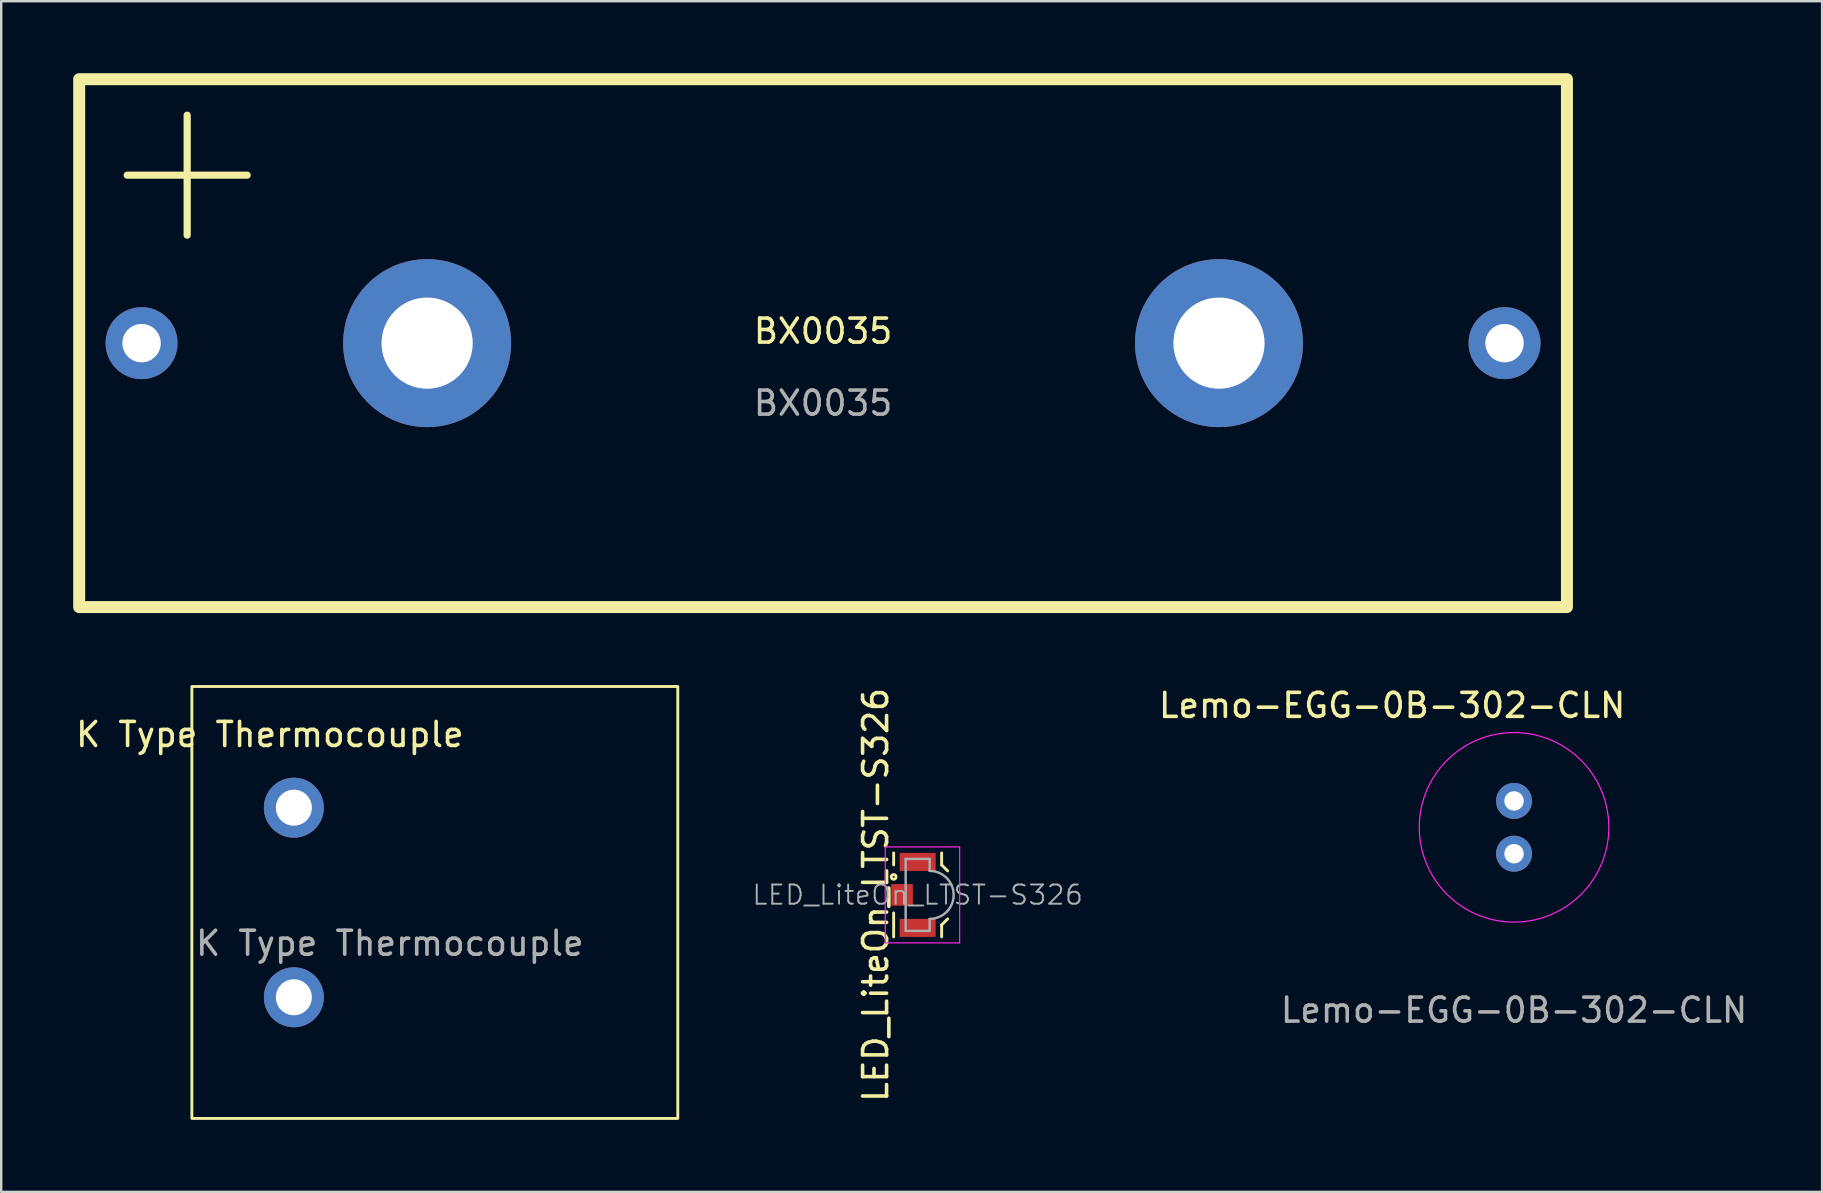
<source format=kicad_pcb>
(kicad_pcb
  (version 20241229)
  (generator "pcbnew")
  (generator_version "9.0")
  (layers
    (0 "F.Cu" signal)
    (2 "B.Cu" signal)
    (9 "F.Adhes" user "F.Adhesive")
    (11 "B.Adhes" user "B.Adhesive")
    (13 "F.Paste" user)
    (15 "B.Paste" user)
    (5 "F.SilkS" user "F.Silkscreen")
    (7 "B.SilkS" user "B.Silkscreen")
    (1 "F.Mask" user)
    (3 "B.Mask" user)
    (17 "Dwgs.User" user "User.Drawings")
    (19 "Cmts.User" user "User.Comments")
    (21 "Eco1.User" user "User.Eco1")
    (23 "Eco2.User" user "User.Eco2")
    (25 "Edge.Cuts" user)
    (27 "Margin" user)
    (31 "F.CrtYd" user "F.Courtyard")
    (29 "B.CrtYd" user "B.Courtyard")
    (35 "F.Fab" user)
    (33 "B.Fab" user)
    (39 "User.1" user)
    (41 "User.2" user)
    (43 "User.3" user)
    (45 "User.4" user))
  (footprint "K Type Thermocouple"
    (layer "F.Cu")
    (at 9.196 34.56)
    (property "Reference" "K Type Thermocouple" (at -1 -7 0) (unlocked yes) (layer "F.SilkS") (effects (font (size 1 1) (thickness 0.15))))
    (attr through_hole)
    (fp_rect (start -4.25 -9) (end 16 9) (stroke (width 0.12) (type solid)) (fill no) (layer "F.SilkS"))
    (fp_text user "${REFERENCE}" (at 4 1.7 0) (unlocked yes) (layer "F.Fab") (effects (font (size 1 1) (thickness 0.15))))
    (pad "1" thru_hole circle (at 0 -3.95) (size 2.5 2.5) (drill 1.5) (layers "*.Cu" "*.Mask"))
    (pad "2" thru_hole circle (at 0 3.95) (size 2.5 2.5) (drill 1.5) (layers "*.Cu" "*.Mask")))
  (footprint "BX0035"
    (layer "F.Cu")
    (at 31.25 11.25)
    (property "Reference" "BX0035" (at 0 -0.5 0) (unlocked yes) (layer "F.SilkS") (effects (font (size 1 1) (thickness 0.15))))
    (attr through_hole)
    (fp_line (start -29 -7) (end -24 -7) (stroke (width 0.3) (type solid)) (layer "F.SilkS"))
    (fp_line (start -26.5 -9.5) (end -26.5 -4.5) (stroke (width 0.3) (type solid)) (layer "F.SilkS"))
    (fp_rect (start -31 -11) (end 31 11) (stroke (width 0.5) (type solid)) (fill no) (layer "F.SilkS"))
    (fp_text user "${REFERENCE}" (at 0 2.5 0) (unlocked yes) (layer "F.Fab") (effects (font (size 1 1) (thickness 0.15))))
    (pad "" np_thru_hole circle (at -16.5 0) (size 7 7) (drill 3.8) (layers "*.Cu" "*.Mask"))
    (pad "" np_thru_hole circle (at 16.5 0) (size 7 7) (drill 3.8) (layers "*.Cu" "*.Mask"))
    (pad "1" thru_hole circle (at -28.4 0) (size 3 3) (drill 1.6) (layers "*.Cu" "*.Mask"))
    (pad "2" thru_hole circle (at 28.4 0) (size 3 3) (drill 1.6) (layers "*.Cu" "*.Mask")))
  (footprint "LED_LiteOn_LTST-S326"
    (layer "F.Cu")
    (at 35.192 34.244)
    (property "Reference" "LED_LiteOn_LTST-S326" (at -1.75 0 90) (layer "F.SilkS") (effects (font (size 1 1) (thickness 0.15))))
    (attr smd)
    (fp_line (start -1 -1.75) (end -1 -1.25) (stroke (width 0.12) (type solid)) (layer "F.SilkS"))
    (fp_line (start -1 1.75) (end -1 0.75) (stroke (width 0.12) (type solid)) (layer "F.SilkS"))
    (fp_line (start 1 -1.75) (end 1 -1.25) (stroke (width 0.12) (type solid)) (layer "F.SilkS"))
    (fp_line (start 1 -1.25) (end 1.25 -1) (stroke (width 0.12) (type solid)) (layer "F.SilkS"))
    (fp_line (start 1 1.25) (end 1 1.75) (stroke (width 0.12) (type solid)) (layer "F.SilkS"))
    (fp_line (start 1 1.25) (end 1.25 1) (stroke (width 0.12) (type solid)) (layer "F.SilkS"))
    (fp_circle (center -1 -0.75) (end -0.9 -0.75) (stroke (width 0.12) (type solid)) (fill no) (layer "F.SilkS"))
    (fp_line (start -1.35 -2) (end 1.75 -2) (stroke (width 0.05) (type solid)) (layer "F.CrtYd"))
    (fp_line (start -1.35 2) (end -1.35 -2) (stroke (width 0.05) (type solid)) (layer "F.CrtYd"))
    (fp_line (start 1.75 -2) (end 1.75 2) (stroke (width 0.05) (type solid)) (layer "F.CrtYd"))
    (fp_line (start 1.75 2) (end -1.35 2) (stroke (width 0.05) (type solid)) (layer "F.CrtYd"))
    (fp_line (start -0.5 -1.5) (end -0.5 1.5) (stroke (width 0.1) (type solid)) (layer "F.Fab"))
    (fp_line (start -0.5 -1.5) (end 0.5 -1.5) (stroke (width 0.1) (type solid)) (layer "F.Fab"))
    (fp_line (start 0.5 -1.5) (end 0.5 -1) (stroke (width 0.1) (type solid)) (layer "F.Fab"))
    (fp_line (start 0.5 1.5) (end -0.5 1.5) (stroke (width 0.1) (type solid)) (layer "F.Fab"))
    (fp_line (start 0.5 1.5) (end 0.5 1) (stroke (width 0.1) (type solid)) (layer "F.Fab"))
    (fp_arc (start 0.5 -1) (mid 1.5 0) (end 0.5 1) (stroke (width 0.1) (type solid)) (layer "F.Fab"))
    (fp_text user "${REFERENCE}" (at 0 0 0) (layer "F.Fab") (effects (font (size 0.8 0.8) (thickness 0.08))))
    (pad "1" smd rect (at 0 -1.375 180) (size 1.5 0.75) (layers "F.Cu" "F.Mask" "F.Paste"))
    (pad "2" smd rect (at -0.65 0 180) (size 0.9 0.9) (layers "F.Cu" "F.Mask" "F.Paste"))
    (pad "3" smd rect (at 0 1.375 180) (size 1.5 0.75) (layers "F.Cu" "F.Mask" "F.Paste")))
  (footprint "Lemo-EGG-0B-302-CLN"
    (layer "F.Cu")
    (at 60.046 31.428)
    (property "Reference" "Lemo-EGG-0B-302-CLN" (at -5.08 -5.08 0) (unlocked yes) (layer "F.SilkS") (effects (font (size 1 1) (thickness 0.15))))
    (attr through_hole)
    (fp_circle (center 0 0) (end 3.95 0) (stroke (width 0.05) (type solid)) (fill no) (layer "F.CrtYd"))
    (fp_text user "${REFERENCE}" (at 0 7.62 0) (unlocked yes) (layer "F.Fab") (effects (font (size 1 1) (thickness 0.15))))
    (pad "1" thru_hole circle (at 0 -1.1) (size 1.5 1.5) (drill 0.81) (layers "*.Cu" "*.Mask"))
    (pad "2" thru_hole circle (at 0 1.1) (size 1.5 1.5) (drill 0.81) (layers "*.Cu" "*.Mask")))
  (gr_rect
    (start -3 -3)
    (end 72.885 46.62)
    (stroke (width 0.1) (type default))
    (fill no)
    (layer "Edge.Cuts")))
</source>
